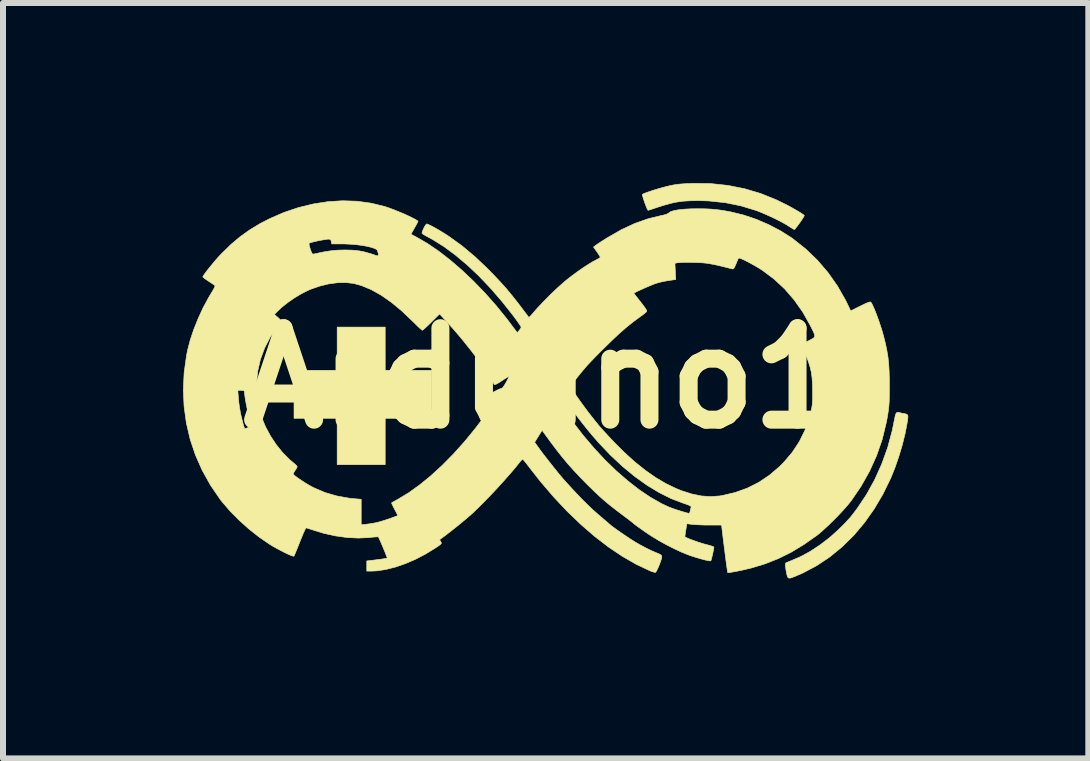
<source format=kicad_pcb>
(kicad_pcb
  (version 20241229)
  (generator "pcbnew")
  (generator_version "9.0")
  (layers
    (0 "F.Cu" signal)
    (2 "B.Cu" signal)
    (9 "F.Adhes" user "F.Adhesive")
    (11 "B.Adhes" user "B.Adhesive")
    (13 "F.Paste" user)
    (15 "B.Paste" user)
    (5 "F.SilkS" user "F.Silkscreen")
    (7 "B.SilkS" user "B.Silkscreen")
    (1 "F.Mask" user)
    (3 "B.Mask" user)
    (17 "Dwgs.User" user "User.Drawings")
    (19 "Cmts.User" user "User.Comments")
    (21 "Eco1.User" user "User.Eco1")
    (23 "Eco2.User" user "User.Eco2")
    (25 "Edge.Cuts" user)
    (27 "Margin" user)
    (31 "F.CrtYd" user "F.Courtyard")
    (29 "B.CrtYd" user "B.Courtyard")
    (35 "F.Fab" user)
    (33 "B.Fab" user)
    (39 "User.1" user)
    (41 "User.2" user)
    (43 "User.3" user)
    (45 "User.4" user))
  (footprint "Arduino1"
    (layer "F.Cu")
    (at 5.993 3.253)
    (property "Reference" "Arduino1" (at 0 0 0) (layer "F.SilkS") (effects (font (size 1.524 1.524) (thickness 0.3))))
    (attr through_hole)
    (fp_poly (pts (xy -2.625 -0.133) (xy -1.852 -0.133) (xy -1.852 0.666) (xy -2.625 0.666) (xy -2.625 1.439) (xy -3.425 1.439) (xy -3.425 0.666) (xy -4.144 0.666) (xy -4.144 -0.133) (xy -3.425 -0.133) (xy -3.425 -0.853) (xy -2.625 -0.853) (xy -2.625 -0.133)) (stroke (width 0.01) (type solid)) (fill yes) (layer "F.SilkS"))
    (fp_poly (pts (xy 5.936 0.568) (xy 5.951 0.573) (xy 5.989 0.583) (xy 6.015 0.586) (xy 6.05 0.594) (xy 6.068 0.603) (xy 6.079 0.613) (xy 6.084 0.626) (xy 6.084 0.65) (xy 6.08 0.688) (xy 6.071 0.746) (xy 6.037 0.922) (xy 5.99 1.111) (xy 5.933 1.302) (xy 5.869 1.487) (xy 5.801 1.657) (xy 5.799 1.661) (xy 5.669 1.928) (xy 5.522 2.177) (xy 5.359 2.407) (xy 5.182 2.617) (xy 4.989 2.807) (xy 4.784 2.975) (xy 4.565 3.121) (xy 4.335 3.243) (xy 4.211 3.297) (xy 4.157 3.318) (xy 4.122 3.329) (xy 4.1 3.328) (xy 4.086 3.319) (xy 4.08 3.308) (xy 4.07 3.281) (xy 4.061 3.239) (xy 4.052 3.19) (xy 4.046 3.143) (xy 4.043 3.104) (xy 4.045 3.082) (xy 4.046 3.079) (xy 4.065 3.069) (xy 4.099 3.055) (xy 4.125 3.045) (xy 4.286 2.976) (xy 4.453 2.886) (xy 4.619 2.777) (xy 4.78 2.654) (xy 4.93 2.519) (xy 4.94 2.509) (xy 5.007 2.443) (xy 5.059 2.389) (xy 5.102 2.342) (xy 5.142 2.296) (xy 5.182 2.244) (xy 5.229 2.182) (xy 5.236 2.173) (xy 5.391 1.942) (xy 5.529 1.693) (xy 5.648 1.429) (xy 5.747 1.154) (xy 5.823 0.871) (xy 5.863 0.671) (xy 5.875 0.614) (xy 5.889 0.58) (xy 5.908 0.566) (xy 5.936 0.568)) (stroke (width 0.01) (type solid)) (fill yes) (layer "F.SilkS"))
    (fp_poly (pts (xy 2.8 -3.244) (xy 3.084 -3.214) (xy 3.36 -3.159) (xy 3.631 -3.079) (xy 3.895 -2.972) (xy 4.078 -2.882) (xy 4.151 -2.842) (xy 4.219 -2.803) (xy 4.277 -2.769) (xy 4.322 -2.74) (xy 4.35 -2.72) (xy 4.358 -2.711) (xy 4.35 -2.695) (xy 4.331 -2.664) (xy 4.304 -2.623) (xy 4.274 -2.58) (xy 4.243 -2.538) (xy 4.216 -2.504) (xy 4.198 -2.483) (xy 4.192 -2.479) (xy 4.174 -2.487) (xy 4.143 -2.506) (xy 4.111 -2.527) (xy 4.06 -2.559) (xy 3.989 -2.599) (xy 3.906 -2.642) (xy 3.815 -2.686) (xy 3.724 -2.727) (xy 3.638 -2.764) (xy 3.565 -2.793) (xy 3.307 -2.872) (xy 3.042 -2.926) (xy 2.77 -2.955) (xy 2.587 -2.961) (xy 2.454 -2.958) (xy 2.338 -2.951) (xy 2.229 -2.936) (xy 2.12 -2.912) (xy 2.001 -2.878) (xy 1.916 -2.851) (xy 1.856 -2.831) (xy 1.806 -2.814) (xy 1.771 -2.803) (xy 1.755 -2.799) (xy 1.755 -2.799) (xy 1.746 -2.81) (xy 1.732 -2.841) (xy 1.715 -2.884) (xy 1.696 -2.934) (xy 1.68 -2.983) (xy 1.667 -3.026) (xy 1.66 -3.055) (xy 1.66 -3.064) (xy 1.681 -3.076) (xy 1.723 -3.092) (xy 1.78 -3.112) (xy 1.848 -3.135) (xy 1.922 -3.157) (xy 1.996 -3.178) (xy 2.067 -3.197) (xy 2.11 -3.207) (xy 2.176 -3.221) (xy 2.241 -3.231) (xy 2.31 -3.238) (xy 2.392 -3.243) (xy 2.493 -3.247) (xy 2.507 -3.248) (xy 2.8 -3.244)) (stroke (width 0.01) (type solid)) (fill yes) (layer "F.SilkS"))
    (fp_poly (pts (xy -3.094 -2.95) (xy -2.861 -2.918) (xy -2.639 -2.864) (xy -2.619 -2.858) (xy -2.552 -2.835) (xy -2.477 -2.807) (xy -2.399 -2.775) (xy -2.321 -2.743) (xy -2.248 -2.71) (xy -2.184 -2.679) (xy -2.131 -2.652) (xy -2.095 -2.631) (xy -2.079 -2.617) (xy -2.079 -2.615) (xy -2.085 -2.6) (xy -2.102 -2.567) (xy -2.126 -2.524) (xy -2.138 -2.503) (xy -2.196 -2.401) (xy -2.104 -2.352) (xy -1.922 -2.247) (xy -1.733 -2.118) (xy -1.54 -1.968) (xy -1.346 -1.801) (xy -1.151 -1.616) (xy -0.96 -1.418) (xy -0.774 -1.208) (xy -0.596 -0.988) (xy -0.542 -0.916) (xy -0.425 -0.76) (xy -0.392 -0.798) (xy -0.371 -0.827) (xy -0.36 -0.85) (xy -0.36 -0.853) (xy -0.367 -0.868) (xy -0.389 -0.901) (xy -0.421 -0.947) (xy -0.461 -1.002) (xy -0.492 -1.044) (xy -0.679 -1.28) (xy -0.87 -1.501) (xy -1.063 -1.704) (xy -1.258 -1.888) (xy -1.452 -2.051) (xy -1.644 -2.193) (xy -1.832 -2.311) (xy -1.916 -2.356) (xy -1.96 -2.38) (xy -1.994 -2.402) (xy -2.011 -2.416) (xy -2.012 -2.419) (xy -2.007 -2.444) (xy -1.992 -2.48) (xy -1.974 -2.518) (xy -1.954 -2.551) (xy -1.938 -2.57) (xy -1.934 -2.572) (xy -1.91 -2.565) (xy -1.868 -2.545) (xy -1.811 -2.515) (xy -1.744 -2.477) (xy -1.669 -2.432) (xy -1.592 -2.383) (xy -1.563 -2.364) (xy -1.348 -2.209) (xy -1.132 -2.028) (xy -0.941 -1.848) (xy -0.815 -1.72) (xy -0.704 -1.602) (xy -0.601 -1.487) (xy -0.501 -1.366) (xy -0.398 -1.235) (xy -0.339 -1.157) (xy -0.3 -1.105) (xy -0.267 -1.061) (xy -0.243 -1.03) (xy -0.232 -1.015) (xy -0.232 -1.014) (xy -0.222 -1.021) (xy -0.201 -1.042) (xy -0.19 -1.054) (xy -0.092 -1.167) (xy 0.02 -1.285) (xy 0.137 -1.403) (xy 0.254 -1.514) (xy 0.366 -1.613) (xy 0.42 -1.657) (xy 0.498 -1.717) (xy 0.583 -1.779) (xy 0.67 -1.84) (xy 0.754 -1.894) (xy 0.828 -1.94) (xy 0.888 -1.972) (xy 0.894 -1.975) (xy 0.93 -1.994) (xy 0.954 -2.01) (xy 0.959 -2.016) (xy 0.952 -2.032) (xy 0.933 -2.062) (xy 0.907 -2.102) (xy 0.903 -2.107) (xy 0.846 -2.187) (xy 0.88 -2.213) (xy 0.903 -2.23) (xy 0.943 -2.257) (xy 0.996 -2.291) (xy 1.057 -2.33) (xy 1.08 -2.344) (xy 1.307 -2.474) (xy 1.531 -2.579) (xy 1.755 -2.658) (xy 1.98 -2.713) (xy 2.003 -2.717) (xy 2.059 -2.732) (xy 2.096 -2.751) (xy 2.103 -2.758) (xy 2.134 -2.778) (xy 2.189 -2.795) (xy 2.265 -2.808) (xy 2.361 -2.818) (xy 2.474 -2.824) (xy 2.579 -2.825) (xy 2.699 -2.824) (xy 2.802 -2.819) (xy 2.899 -2.81) (xy 2.999 -2.797) (xy 3.112 -2.776) (xy 3.145 -2.77) (xy 3.351 -2.719) (xy 3.561 -2.648) (xy 3.769 -2.558) (xy 3.967 -2.454) (xy 4.148 -2.339) (xy 4.164 -2.327) (xy 4.38 -2.156) (xy 4.577 -1.967) (xy 4.754 -1.76) (xy 4.91 -1.538) (xy 5.044 -1.303) (xy 5.073 -1.244) (xy 5.131 -1.123) (xy 5.291 -1.203) (xy 5.367 -1.24) (xy 5.421 -1.263) (xy 5.454 -1.272) (xy 5.465 -1.27) (xy 5.483 -1.244) (xy 5.506 -1.196) (xy 5.534 -1.131) (xy 5.564 -1.053) (xy 5.596 -0.967) (xy 5.626 -0.877) (xy 5.655 -0.787) (xy 5.679 -0.701) (xy 5.681 -0.693) (xy 5.711 -0.573) (xy 5.734 -0.461) (xy 5.752 -0.353) (xy 5.764 -0.242) (xy 5.771 -0.12) (xy 5.775 0.018) (xy 5.775 0.113) (xy 5.775 0.226) (xy 5.774 0.317) (xy 5.772 0.394) (xy 5.767 0.462) (xy 5.76 0.526) (xy 5.75 0.594) (xy 5.737 0.67) (xy 5.722 0.746) (xy 5.655 1.021) (xy 5.562 1.289) (xy 5.444 1.55) (xy 5.301 1.803) (xy 5.14 2.039) (xy 5.086 2.106) (xy 5.018 2.184) (xy 4.939 2.269) (xy 4.854 2.356) (xy 4.769 2.44) (xy 4.687 2.516) (xy 4.614 2.581) (xy 4.564 2.62) (xy 4.349 2.771) (xy 4.137 2.899) (xy 3.923 3.005) (xy 3.702 3.092) (xy 3.471 3.162) (xy 3.325 3.196) (xy 3.263 3.209) (xy 3.203 3.221) (xy 3.155 3.229) (xy 3.144 3.231) (xy 3.082 3.239) (xy 3.068 3.149) (xy 3.062 3.109) (xy 3.054 3.048) (xy 3.044 2.971) (xy 3.033 2.883) (xy 3.021 2.79) (xy 3.016 2.752) (xy 2.979 2.445) (xy 2.779 2.445) (xy 2.7 2.445) (xy 2.622 2.442) (xy 2.553 2.439) (xy 2.5 2.435) (xy 2.49 2.434) (xy 2.401 2.423) (xy 2.384 2.527) (xy 2.376 2.577) (xy 2.371 2.616) (xy 2.368 2.637) (xy 2.368 2.639) (xy 2.381 2.648) (xy 2.413 2.664) (xy 2.461 2.683) (xy 2.519 2.705) (xy 2.582 2.727) (xy 2.644 2.747) (xy 2.701 2.764) (xy 2.729 2.771) (xy 2.782 2.785) (xy 2.823 2.798) (xy 2.848 2.808) (xy 2.852 2.812) (xy 2.849 2.835) (xy 2.842 2.873) (xy 2.832 2.92) (xy 2.821 2.968) (xy 2.811 3.009) (xy 2.803 3.035) (xy 2.801 3.041) (xy 2.783 3.042) (xy 2.746 3.036) (xy 2.693 3.024) (xy 2.629 3.007) (xy 2.559 2.986) (xy 2.488 2.964) (xy 2.42 2.94) (xy 2.415 2.938) (xy 2.305 2.893) (xy 2.181 2.835) (xy 2.054 2.77) (xy 1.929 2.701) (xy 1.817 2.632) (xy 1.801 2.622) (xy 1.736 2.579) (xy 1.671 2.534) (xy 1.612 2.492) (xy 1.561 2.456) (xy 1.524 2.428) (xy 1.506 2.411) (xy 1.493 2.401) (xy 1.463 2.378) (xy 1.42 2.344) (xy 1.368 2.305) (xy 2.425 2.305) (xy 2.43 2.316) (xy 2.434 2.314) (xy 2.436 2.299) (xy 2.434 2.297) (xy 2.426 2.298) (xy 2.425 2.305) (xy 1.368 2.305) (xy 1.366 2.304) (xy 1.333 2.279) (xy 1.218 2.192) (xy 1.12 2.115) (xy 1.033 2.043) (xy 0.951 1.971) (xy 0.868 1.893) (xy 0.779 1.806) (xy 0.739 1.767) (xy 0.619 1.644) (xy 0.514 1.532) (xy 0.418 1.425) (xy 0.328 1.317) (xy 0.237 1.202) (xy 0.14 1.074) (xy 0.103 1.023) (xy -0.011 0.867) (xy -0.073 0.966) (xy -0.135 1.066) (xy -0.052 1.181) (xy -0.012 1.236) (xy 0.04 1.303) (xy 0.099 1.379) (xy 0.161 1.457) (xy 0.222 1.533) (xy 0.278 1.603) (xy 0.326 1.66) (xy 0.359 1.698) (xy 0.472 1.822) (xy 0.572 1.929) (xy 0.662 2.023) (xy 0.747 2.107) (xy 0.829 2.185) (xy 0.913 2.26) (xy 1.003 2.337) (xy 1.006 2.34) (xy 1.051 2.378) (xy 1.091 2.412) (xy 1.119 2.436) (xy 1.125 2.442) (xy 1.152 2.464) (xy 1.196 2.496) (xy 1.253 2.537) (xy 1.318 2.582) (xy 1.386 2.628) (xy 1.451 2.672) (xy 1.51 2.709) (xy 1.539 2.728) (xy 1.627 2.778) (xy 1.723 2.829) (xy 1.818 2.875) (xy 1.902 2.911) (xy 1.909 2.914) (xy 1.948 2.93) (xy 1.972 2.945) (xy 1.983 2.964) (xy 1.981 2.994) (xy 1.968 3.037) (xy 1.946 3.098) (xy 1.923 3.153) (xy 1.902 3.198) (xy 1.886 3.226) (xy 1.877 3.235) (xy 1.856 3.231) (xy 1.819 3.22) (xy 1.786 3.207) (xy 1.559 3.1) (xy 1.329 2.968) (xy 1.098 2.813) (xy 0.866 2.635) (xy 0.635 2.435) (xy 0.407 2.216) (xy 0.182 1.977) (xy -0.037 1.721) (xy -0.206 1.506) (xy -0.248 1.451) (xy -0.285 1.404) (xy -0.313 1.37) (xy -0.33 1.351) (xy -0.333 1.349) (xy -0.346 1.356) (xy -0.369 1.379) (xy -0.388 1.402) (xy -0.46 1.492) (xy -0.548 1.595) (xy -0.646 1.706) (xy -0.751 1.822) (xy -0.859 1.937) (xy -0.965 2.047) (xy -1.065 2.147) (xy -1.155 2.234) (xy -1.199 2.274) (xy -1.265 2.331) (xy -1.343 2.396) (xy -1.427 2.465) (xy -1.513 2.533) (xy -1.594 2.596) (xy -1.665 2.65) (xy -1.717 2.687) (xy -1.714 2.698) (xy -1.7 2.722) (xy -1.691 2.737) (xy -1.69 2.749) (xy -1.699 2.763) (xy -1.722 2.782) (xy -1.762 2.81) (xy -1.796 2.832) (xy -1.956 2.93) (xy -2.121 3.016) (xy -2.289 3.088) (xy -2.454 3.145) (xy -2.612 3.185) (xy -2.761 3.208) (xy -2.847 3.212) (xy -2.932 3.212) (xy -2.932 3.043) (xy -2.765 3.023) (xy -2.701 3.015) (xy -2.648 3.007) (xy -2.61 3) (xy -2.592 2.996) (xy -2.592 2.996) (xy -2.595 2.983) (xy -2.607 2.951) (xy -2.625 2.905) (xy -2.647 2.851) (xy -2.671 2.793) (xy -2.695 2.738) (xy -2.716 2.69) (xy -2.732 2.655) (xy -2.74 2.641) (xy -2.754 2.641) (xy -2.788 2.643) (xy -2.839 2.647) (xy -2.898 2.654) (xy -3.071 2.662) (xy -3.258 2.653) (xy -3.452 2.626) (xy -3.647 2.583) (xy -3.793 2.539) (xy -3.851 2.52) (xy -3.899 2.505) (xy -3.932 2.495) (xy -3.944 2.492) (xy -3.953 2.504) (xy -3.968 2.537) (xy -3.991 2.587) (xy -4.017 2.65) (xy -4.046 2.722) (xy -4.075 2.795) (xy -4.101 2.86) (xy -4.123 2.913) (xy -4.138 2.948) (xy -4.146 2.963) (xy -4.161 2.963) (xy -4.196 2.951) (xy -4.245 2.93) (xy -4.305 2.901) (xy -4.371 2.867) (xy -4.439 2.831) (xy -4.506 2.793) (xy -4.551 2.765) (xy -4.722 2.648) (xy -4.891 2.515) (xy -5.053 2.37) (xy -5.203 2.22) (xy -5.334 2.068) (xy -5.373 2.019) (xy -5.535 1.782) (xy -5.673 1.535) (xy -5.787 1.278) (xy -5.875 1.015) (xy -5.938 0.744) (xy -5.976 0.468) (xy -5.988 0.2) (xy -5.081 0.2) (xy -5.071 0.328) (xy -5.064 0.402) (xy -5.053 0.484) (xy -5.04 0.557) (xy -5.038 0.571) (xy -5.025 0.629) (xy -5.01 0.69) (xy -4.996 0.746) (xy -4.982 0.794) (xy -4.972 0.827) (xy -4.966 0.84) (xy -4.965 0.84) (xy -4.952 0.836) (xy -4.922 0.826) (xy -4.901 0.819) (xy -4.84 0.798) (xy -4.858 0.754) (xy -4.876 0.702) (xy -4.896 0.631) (xy -4.916 0.548) (xy -4.935 0.459) (xy -4.951 0.373) (xy -4.963 0.295) (xy -4.97 0.233) (xy -4.97 0.217) (xy -4.983 0.205) (xy -5.019 0.2) (xy -5.026 0.2) (xy -5.081 0.2) (xy -5.988 0.2) (xy -5.988 0.188) (xy -5.983 0.075) (xy -4.769 0.075) (xy -4.765 0.271) (xy -4.735 0.466) (xy -4.681 0.658) (xy -4.618 0.81) (xy -4.535 0.963) (xy -4.439 1.108) (xy -4.334 1.238) (xy -4.224 1.349) (xy -4.171 1.394) (xy -4.133 1.426) (xy -4.105 1.453) (xy -4.092 1.47) (xy -4.091 1.472) (xy -4.099 1.492) (xy -4.117 1.522) (xy -4.125 1.533) (xy -4.145 1.565) (xy -4.157 1.589) (xy -4.158 1.594) (xy -4.147 1.609) (xy -4.117 1.634) (xy -4.073 1.666) (xy -4.019 1.703) (xy -3.959 1.742) (xy -3.897 1.779) (xy -3.838 1.812) (xy -3.812 1.825) (xy -3.629 1.903) (xy -3.429 1.961) (xy -3.216 1.999) (xy -3.132 2.007) (xy -3.025 2.016) (xy -3.025 2.441) (xy -2.942 2.432) (xy -2.882 2.424) (xy -2.814 2.413) (xy -2.765 2.403) (xy -2.71 2.389) (xy -2.642 2.368) (xy -2.571 2.345) (xy -2.542 2.335) (xy -2.413 2.287) (xy -2.468 2.183) (xy -2.492 2.137) (xy -2.51 2.1) (xy -2.518 2.078) (xy -2.518 2.075) (xy -2.504 2.066) (xy -2.473 2.049) (xy -2.43 2.025) (xy -2.41 2.014) (xy -2.233 1.907) (xy -2.051 1.776) (xy -1.864 1.624) (xy -1.677 1.452) (xy -1.489 1.262) (xy -1.304 1.056) (xy -1.123 0.835) (xy -0.98 0.647) (xy -0.867 0.491) (xy -0.906 0.413) (xy -0.913 0.398) (xy 0.275 0.398) (xy 0.339 0.496) (xy 0.502 0.728) (xy 0.673 0.95) (xy 0.853 1.162) (xy 1.037 1.36) (xy 1.226 1.543) (xy 1.416 1.708) (xy 1.606 1.856) (xy 1.793 1.982) (xy 1.976 2.086) (xy 2.088 2.139) (xy 2.136 2.158) (xy 2.197 2.18) (xy 2.264 2.202) (xy 2.329 2.222) (xy 2.386 2.239) (xy 2.429 2.249) (xy 2.441 2.251) (xy 2.448 2.24) (xy 2.457 2.212) (xy 2.458 2.205) (xy 2.466 2.168) (xy 2.473 2.143) (xy 2.473 2.141) (xy 2.464 2.129) (xy 2.429 2.112) (xy 2.37 2.09) (xy 2.336 2.079) (xy 2.139 2.004) (xy 1.939 1.904) (xy 1.736 1.781) (xy 1.532 1.635) (xy 1.329 1.468) (xy 1.129 1.281) (xy 0.933 1.075) (xy 0.838 0.966) (xy 0.765 0.879) (xy 0.689 0.784) (xy 0.612 0.686) (xy 0.538 0.589) (xy 0.472 0.498) (xy 0.415 0.418) (xy 0.373 0.353) (xy 0.371 0.35) (xy 0.351 0.322) (xy 0.336 0.307) (xy 0.334 0.307) (xy 0.322 0.317) (xy 0.304 0.343) (xy 0.299 0.352) (xy 0.275 0.398) (xy -0.913 0.398) (xy -0.927 0.37) (xy -0.941 0.334) (xy -0.946 0.316) (xy -0.935 0.302) (xy -0.906 0.281) (xy -0.865 0.254) (xy -0.817 0.227) (xy -0.77 0.202) (xy -0.728 0.182) (xy -0.698 0.171) (xy -0.69 0.17) (xy -0.67 0.159) (xy -0.653 0.136) (xy 0.453 0.136) (xy 0.569 0.304) (xy 0.623 0.381) (xy 0.686 0.468) (xy 0.754 0.559) (xy 0.823 0.648) (xy 0.889 0.731) (xy 0.946 0.801) (xy 0.979 0.839) (xy 1.172 1.048) (xy 1.357 1.233) (xy 1.536 1.395) (xy 1.711 1.535) (xy 1.883 1.655) (xy 2.053 1.755) (xy 2.223 1.837) (xy 2.312 1.873) (xy 2.481 1.927) (xy 2.639 1.96) (xy 2.791 1.971) (xy 2.941 1.961) (xy 2.992 1.953) (xy 3.208 1.902) (xy 3.411 1.829) (xy 3.601 1.733) (xy 3.779 1.613) (xy 3.947 1.469) (xy 4.019 1.397) (xy 4.158 1.232) (xy 4.275 1.055) (xy 4.369 0.864) (xy 4.441 0.659) (xy 4.459 0.593) (xy 4.473 0.536) (xy 4.483 0.488) (xy 4.49 0.442) (xy 4.494 0.391) (xy 4.496 0.329) (xy 4.496 0.249) (xy 4.496 0.213) (xy 4.494 0.093) (xy 4.487 -0.009) (xy 4.475 -0.1) (xy 4.454 -0.189) (xy 4.424 -0.283) (xy 4.384 -0.391) (xy 4.377 -0.408) (xy 4.354 -0.466) (xy 4.335 -0.515) (xy 4.323 -0.548) (xy 4.318 -0.562) (xy 4.318 -0.562) (xy 4.329 -0.57) (xy 4.358 -0.587) (xy 4.401 -0.611) (xy 4.431 -0.626) (xy 4.476 -0.65) (xy 4.508 -0.668) (xy 4.527 -0.686) (xy 4.532 -0.708) (xy 4.526 -0.738) (xy 4.507 -0.781) (xy 4.477 -0.842) (xy 4.457 -0.882) (xy 4.333 -1.102) (xy 4.19 -1.305) (xy 4.029 -1.491) (xy 3.85 -1.657) (xy 3.661 -1.798) (xy 3.603 -1.835) (xy 3.539 -1.873) (xy 3.473 -1.91) (xy 3.409 -1.944) (xy 3.352 -1.972) (xy 3.306 -1.993) (xy 3.275 -2.003) (xy 3.264 -2.003) (xy 3.254 -1.986) (xy 3.238 -1.951) (xy 3.22 -1.906) (xy 3.22 -1.906) (xy 3.2 -1.86) (xy 3.182 -1.83) (xy 3.169 -1.821) (xy 3.15 -1.825) (xy 3.111 -1.834) (xy 3.057 -1.848) (xy 2.998 -1.863) (xy 2.923 -1.881) (xy 2.841 -1.898) (xy 2.766 -1.912) (xy 2.725 -1.918) (xy 2.662 -1.924) (xy 2.587 -1.928) (xy 2.505 -1.931) (xy 2.423 -1.932) (xy 2.349 -1.932) (xy 2.287 -1.929) (xy 2.245 -1.925) (xy 2.242 -1.924) (xy 2.202 -1.916) (xy 2.209 -1.781) (xy 2.216 -1.646) (xy 2.097 -1.629) (xy 2.028 -1.617) (xy 1.954 -1.601) (xy 1.89 -1.583) (xy 1.883 -1.581) (xy 1.842 -1.565) (xy 1.79 -1.544) (xy 1.731 -1.519) (xy 1.672 -1.493) (xy 1.615 -1.467) (xy 1.568 -1.445) (xy 1.534 -1.428) (xy 1.519 -1.418) (xy 1.519 -1.417) (xy 1.527 -1.406) (xy 1.548 -1.377) (xy 1.58 -1.336) (xy 1.62 -1.285) (xy 1.632 -1.27) (xy 1.678 -1.21) (xy 1.709 -1.167) (xy 1.727 -1.138) (xy 1.732 -1.119) (xy 1.729 -1.109) (xy 1.711 -1.093) (xy 1.678 -1.066) (xy 1.636 -1.035) (xy 1.627 -1.029) (xy 1.51 -0.943) (xy 1.394 -0.85) (xy 1.275 -0.746) (xy 1.149 -0.628) (xy 1.026 -0.507) (xy 0.944 -0.426) (xy 0.878 -0.359) (xy 0.825 -0.304) (xy 0.78 -0.257) (xy 0.74 -0.214) (xy 0.703 -0.171) (xy 0.664 -0.125) (xy 0.621 -0.073) (xy 0.57 -0.01) (xy 0.57 -0.009) (xy 0.453 0.136) (xy -0.653 0.136) (xy -0.643 0.122) (xy -0.614 0.073) (xy -0.589 0.027) (xy -0.57 -0.009) (xy -0.56 -0.03) (xy -0.56 -0.033) (xy -0.57 -0.029) (xy -0.597 -0.013) (xy -0.638 0.012) (xy -0.67 0.033) (xy -0.731 0.073) (xy -0.774 0.097) (xy -0.801 0.106) (xy -0.812 0.101) (xy -0.813 0.095) (xy -0.82 0.082) (xy -0.839 0.05) (xy -0.868 0.005) (xy -0.903 -0.05) (xy -0.942 -0.109) (xy -0.983 -0.17) (xy -1.022 -0.228) (xy -1.056 -0.278) (xy -1.083 -0.317) (xy -1.095 -0.333) (xy -1.186 -0.452) (xy -1.267 -0.554) (xy -1.341 -0.646) (xy -1.414 -0.733) (xy -1.49 -0.821) (xy -1.574 -0.914) (xy -1.658 -1.006) (xy -1.719 -1.072) (xy -1.856 -0.936) (xy -1.906 -0.887) (xy -1.949 -0.847) (xy -1.983 -0.817) (xy -2.003 -0.801) (xy -2.006 -0.8) (xy -2.019 -0.809) (xy -2.048 -0.834) (xy -2.088 -0.871) (xy -2.136 -0.919) (xy -2.171 -0.953) (xy -2.348 -1.122) (xy -2.521 -1.265) (xy -2.691 -1.384) (xy -2.857 -1.477) (xy -3.018 -1.544) (xy -3.148 -1.58) (xy -3.275 -1.595) (xy -3.416 -1.593) (xy -3.566 -1.573) (xy -3.717 -1.536) (xy -3.867 -1.484) (xy -3.919 -1.461) (xy -4.025 -1.407) (xy -4.135 -1.341) (xy -4.242 -1.267) (xy -4.339 -1.191) (xy -4.419 -1.118) (xy -4.424 -1.112) (xy -4.471 -1.064) (xy -4.414 -1.015) (xy -4.383 -0.986) (xy -4.363 -0.964) (xy -4.358 -0.955) (xy -4.365 -0.941) (xy -4.385 -0.911) (xy -4.414 -0.871) (xy -4.424 -0.859) (xy -4.541 -0.686) (xy -4.634 -0.504) (xy -4.704 -0.315) (xy -4.749 -0.121) (xy -4.769 0.075) (xy -5.983 0.075) (xy -5.975 -0.095) (xy -5.935 -0.38) (xy -5.916 -0.475) (xy -5.873 -0.639) (xy -5.814 -0.815) (xy -5.742 -0.994) (xy -5.661 -1.171) (xy -5.572 -1.336) (xy -5.523 -1.419) (xy -5.493 -1.468) (xy -5.472 -1.509) (xy -5.46 -1.536) (xy -5.46 -1.545) (xy -5.475 -1.555) (xy -5.507 -1.577) (xy -5.549 -1.605) (xy -5.567 -1.617) (xy -5.61 -1.646) (xy -5.644 -1.671) (xy -5.662 -1.687) (xy -5.664 -1.69) (xy -5.655 -1.708) (xy -5.632 -1.742) (xy -5.598 -1.788) (xy -5.555 -1.842) (xy -5.506 -1.902) (xy -5.456 -1.962) (xy -5.406 -2.019) (xy -5.359 -2.069) (xy -5.357 -2.071) (xy -5.202 -2.223) (xy -5.185 -2.238) (xy -3.894 -2.238) (xy -3.888 -2.201) (xy -3.874 -2.155) (xy -3.857 -2.107) (xy -3.844 -2.08) (xy -3.831 -2.07) (xy -3.818 -2.07) (xy -3.794 -2.075) (xy -3.751 -2.084) (xy -3.696 -2.096) (xy -3.651 -2.105) (xy -3.541 -2.123) (xy -3.419 -2.135) (xy -3.294 -2.138) (xy -3.173 -2.135) (xy -3.064 -2.124) (xy -2.985 -2.109) (xy -2.926 -2.093) (xy -2.869 -2.077) (xy -2.826 -2.063) (xy -2.819 -2.061) (xy -2.779 -2.046) (xy -2.757 -2.041) (xy -2.745 -2.044) (xy -2.739 -2.052) (xy -2.737 -2.074) (xy -2.741 -2.082) (xy -2.75 -2.109) (xy -2.752 -2.124) (xy -2.765 -2.144) (xy -2.8 -2.163) (xy -2.856 -2.182) (xy -2.927 -2.199) (xy -3.011 -2.214) (xy -3.104 -2.226) (xy -3.202 -2.234) (xy -3.302 -2.239) (xy -3.333 -2.239) (xy -3.515 -2.239) (xy -3.523 -2.279) (xy -3.533 -2.308) (xy -3.554 -2.318) (xy -3.571 -2.319) (xy -3.6 -2.316) (xy -3.646 -2.309) (xy -3.702 -2.299) (xy -3.761 -2.287) (xy -3.816 -2.274) (xy -3.86 -2.263) (xy -3.886 -2.255) (xy -3.889 -2.254) (xy -3.894 -2.238) (xy -5.185 -2.238) (xy -5.047 -2.355) (xy -4.885 -2.471) (xy -4.709 -2.578) (xy -4.551 -2.659) (xy -4.313 -2.763) (xy -4.069 -2.845) (xy -3.823 -2.905) (xy -3.577 -2.943) (xy -3.333 -2.958) (xy -3.094 -2.95)) (stroke (width 0.01) (type solid)) (fill yes) (layer "F.SilkS")))
  (gr_rect
    (start -3 -3)
    (end 15.083 9.586)
    (stroke (width 0.1) (type default))
    (fill no)
    (layer "Edge.Cuts")))
</source>
